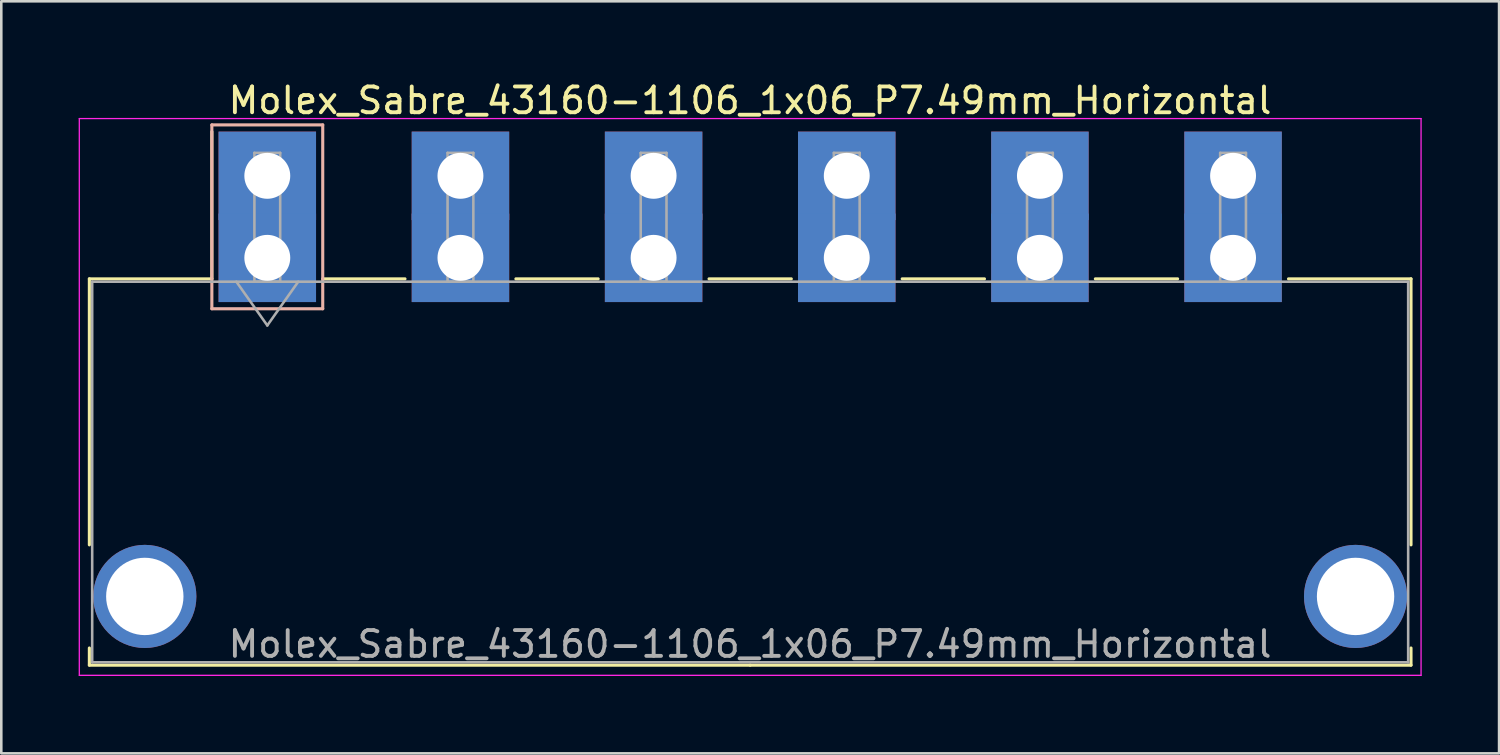
<source format=kicad_pcb>
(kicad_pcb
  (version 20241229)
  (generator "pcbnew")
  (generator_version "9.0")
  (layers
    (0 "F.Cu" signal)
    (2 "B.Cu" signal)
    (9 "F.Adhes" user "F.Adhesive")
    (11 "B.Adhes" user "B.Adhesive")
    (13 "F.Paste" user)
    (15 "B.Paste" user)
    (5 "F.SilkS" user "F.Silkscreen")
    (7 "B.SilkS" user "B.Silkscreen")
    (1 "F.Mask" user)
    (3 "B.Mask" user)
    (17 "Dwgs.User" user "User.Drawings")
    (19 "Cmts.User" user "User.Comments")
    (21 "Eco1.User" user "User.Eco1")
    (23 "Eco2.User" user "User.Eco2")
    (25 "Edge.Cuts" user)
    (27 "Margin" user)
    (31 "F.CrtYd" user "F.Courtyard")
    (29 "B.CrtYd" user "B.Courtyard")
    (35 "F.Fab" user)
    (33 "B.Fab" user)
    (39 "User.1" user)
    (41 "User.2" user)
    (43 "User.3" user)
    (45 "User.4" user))
  (footprint "Molex_Sabre_43160-1106_1x06_P7.49mm_Horizontal"
    (layer "F.Cu")
    (at 7.315 6.948)
    (property "Reference" "Molex_Sabre_43160-1106_1x06_P7.49mm_Horizontal" (at 18.72 -6.1 0) (layer "F.SilkS") (effects (font (size 1 1) (thickness 0.15))))
    (attr through_hole)
    (fp_line (start -6.9 0.815) (end -6.9 11.13) (stroke (width 0.12) (type solid)) (layer "F.SilkS"))
    (fp_line (start -6.9 15.13) (end -6.9 15.795) (stroke (width 0.12) (type solid)) (layer "F.SilkS"))
    (fp_line (start -6.9 15.795) (end 18.725 15.795) (stroke (width 0.12) (type solid)) (layer "F.SilkS"))
    (fp_line (start -2.15 0.815) (end -6.9 0.815) (stroke (width 0.12) (type solid)) (layer "F.SilkS"))
    (fp_line (start -2.15 0.815) (end -2.15 -4.895) (stroke (width 0.12) (type solid)) (layer "F.SilkS"))
    (fp_line (start 2.15 0.815) (end 5.34 0.815) (stroke (width 0.12) (type solid)) (layer "F.SilkS"))
    (fp_line (start 9.64 0.815) (end 12.83 0.815) (stroke (width 0.12) (type solid)) (layer "F.SilkS"))
    (fp_line (start 17.13 0.815) (end 20.32 0.815) (stroke (width 0.12) (type solid)) (layer "F.SilkS"))
    (fp_line (start 24.62 0.815) (end 27.81 0.815) (stroke (width 0.12) (type solid)) (layer "F.SilkS"))
    (fp_line (start 32.11 0.815) (end 35.3 0.815) (stroke (width 0.12) (type solid)) (layer "F.SilkS"))
    (fp_line (start 39.6 0.815) (end 44.35 0.815) (stroke (width 0.12) (type solid)) (layer "F.SilkS"))
    (fp_line (start 44.35 0.815) (end 44.35 11.13) (stroke (width 0.12) (type solid)) (layer "F.SilkS"))
    (fp_line (start 44.35 15.13) (end 44.35 15.795) (stroke (width 0.12) (type solid)) (layer "F.SilkS"))
    (fp_line (start 44.35 15.795) (end 18.725 15.795) (stroke (width 0.12) (type solid)) (layer "F.SilkS"))
    (fp_line (start -2.15 -5.155) (end -2.15 1.975) (stroke (width 0.12) (type solid)) (layer "B.SilkS"))
    (fp_line (start -2.15 1.975) (end 2.15 1.975) (stroke (width 0.12) (type solid)) (layer "B.SilkS"))
    (fp_line (start 2.15 -5.155) (end -2.15 -5.155) (stroke (width 0.12) (type solid)) (layer "B.SilkS"))
    (fp_line (start 2.15 1.975) (end 2.15 -5.155) (stroke (width 0.12) (type solid)) (layer "B.SilkS"))
    (fp_line (start -7.29 -5.4) (end -7.29 16.19) (stroke (width 0.05) (type solid)) (layer "F.CrtYd"))
    (fp_line (start -7.29 16.19) (end 44.74 16.19) (stroke (width 0.05) (type solid)) (layer "F.CrtYd"))
    (fp_line (start 44.74 -5.4) (end -7.29 -5.4) (stroke (width 0.05) (type solid)) (layer "F.CrtYd"))
    (fp_line (start 44.74 16.19) (end 44.74 -5.4) (stroke (width 0.05) (type solid)) (layer "F.CrtYd"))
    (fp_line (start -6.79 0.925) (end -6.79 15.685) (stroke (width 0.1) (type solid)) (layer "F.Fab"))
    (fp_line (start -6.79 15.685) (end 44.24 15.685) (stroke (width 0.1) (type solid)) (layer "F.Fab"))
    (fp_line (start -1.2 0.925) (end 0 2.622) (stroke (width 0.1) (type solid)) (layer "F.Fab"))
    (fp_line (start -0.5 -4.07) (end 0.5 -4.07) (stroke (width 0.1) (type solid)) (layer "F.Fab"))
    (fp_line (start -0.5 0.925) (end -0.5 -4.07) (stroke (width 0.1) (type solid)) (layer "F.Fab"))
    (fp_line (start 0 2.622) (end 1.2 0.925) (stroke (width 0.1) (type solid)) (layer "F.Fab"))
    (fp_line (start 0.5 -4.07) (end 0.5 0.925) (stroke (width 0.1) (type solid)) (layer "F.Fab"))
    (fp_line (start 0.5 0.925) (end -0.5 0.925) (stroke (width 0.1) (type solid)) (layer "F.Fab"))
    (fp_line (start 6.99 -4.07) (end 7.99 -4.07) (stroke (width 0.1) (type solid)) (layer "F.Fab"))
    (fp_line (start 6.99 0.925) (end 6.99 -4.07) (stroke (width 0.1) (type solid)) (layer "F.Fab"))
    (fp_line (start 7.99 -4.07) (end 7.99 0.925) (stroke (width 0.1) (type solid)) (layer "F.Fab"))
    (fp_line (start 7.99 0.925) (end 6.99 0.925) (stroke (width 0.1) (type solid)) (layer "F.Fab"))
    (fp_line (start 14.48 -4.07) (end 15.48 -4.07) (stroke (width 0.1) (type solid)) (layer "F.Fab"))
    (fp_line (start 14.48 0.925) (end 14.48 -4.07) (stroke (width 0.1) (type solid)) (layer "F.Fab"))
    (fp_line (start 15.48 -4.07) (end 15.48 0.925) (stroke (width 0.1) (type solid)) (layer "F.Fab"))
    (fp_line (start 15.48 0.925) (end 14.48 0.925) (stroke (width 0.1) (type solid)) (layer "F.Fab"))
    (fp_line (start 21.97 -4.07) (end 22.97 -4.07) (stroke (width 0.1) (type solid)) (layer "F.Fab"))
    (fp_line (start 21.97 0.925) (end 21.97 -4.07) (stroke (width 0.1) (type solid)) (layer "F.Fab"))
    (fp_line (start 22.97 -4.07) (end 22.97 0.925) (stroke (width 0.1) (type solid)) (layer "F.Fab"))
    (fp_line (start 22.97 0.925) (end 21.97 0.925) (stroke (width 0.1) (type solid)) (layer "F.Fab"))
    (fp_line (start 29.46 -4.07) (end 30.46 -4.07) (stroke (width 0.1) (type solid)) (layer "F.Fab"))
    (fp_line (start 29.46 0.925) (end 29.46 -4.07) (stroke (width 0.1) (type solid)) (layer "F.Fab"))
    (fp_line (start 30.46 -4.07) (end 30.46 0.925) (stroke (width 0.1) (type solid)) (layer "F.Fab"))
    (fp_line (start 30.46 0.925) (end 29.46 0.925) (stroke (width 0.1) (type solid)) (layer "F.Fab"))
    (fp_line (start 36.95 -4.07) (end 37.95 -4.07) (stroke (width 0.1) (type solid)) (layer "F.Fab"))
    (fp_line (start 36.95 0.925) (end 36.95 -4.07) (stroke (width 0.1) (type solid)) (layer "F.Fab"))
    (fp_line (start 37.95 -4.07) (end 37.95 0.925) (stroke (width 0.1) (type solid)) (layer "F.Fab"))
    (fp_line (start 37.95 0.925) (end 36.95 0.925) (stroke (width 0.1) (type solid)) (layer "F.Fab"))
    (fp_line (start 44.24 0.925) (end -6.79 0.925) (stroke (width 0.1) (type solid)) (layer "F.Fab"))
    (fp_line (start 44.24 15.685) (end 44.24 0.925) (stroke (width 0.1) (type solid)) (layer "F.Fab"))
    (fp_text user "${REFERENCE}" (at 18.72 14.98 0) (layer "F.Fab") (effects (font (size 1 1) (thickness 0.15))))
    (pad "" thru_hole circle (at -4.75 13.13) (size 4 4) (drill 3) (layers "*.Cu" "*.Mask"))
    (pad "" thru_hole circle (at 42.2 13.13) (size 4 4) (drill 3) (layers "*.Cu" "*.Mask"))
    (pad "1" thru_hole rect (at 0 -3.18) (size 3.78 3.43) (drill 1.78) (layers "*.Cu" "*.Mask"))
    (pad "1" thru_hole rect (at 0 0) (size 3.78 3.43) (drill 1.78) (layers "*.Cu" "*.Mask"))
    (pad "2" thru_hole rect (at 7.49 -3.18) (size 3.78 3.43) (drill 1.78) (layers "*.Cu" "*.Mask"))
    (pad "2" thru_hole rect (at 7.49 0) (size 3.78 3.43) (drill 1.78) (layers "*.Cu" "*.Mask"))
    (pad "3" thru_hole rect (at 14.98 -3.18) (size 3.78 3.43) (drill 1.78) (layers "*.Cu" "*.Mask"))
    (pad "3" thru_hole rect (at 14.98 0) (size 3.78 3.43) (drill 1.78) (layers "*.Cu" "*.Mask"))
    (pad "4" thru_hole rect (at 22.47 -3.18) (size 3.78 3.43) (drill 1.78) (layers "*.Cu" "*.Mask"))
    (pad "4" thru_hole rect (at 22.47 0) (size 3.78 3.43) (drill 1.78) (layers "*.Cu" "*.Mask"))
    (pad "5" thru_hole rect (at 29.96 -3.18) (size 3.78 3.43) (drill 1.78) (layers "*.Cu" "*.Mask"))
    (pad "5" thru_hole rect (at 29.96 0) (size 3.78 3.43) (drill 1.78) (layers "*.Cu" "*.Mask"))
    (pad "6" thru_hole rect (at 37.45 -3.18) (size 3.78 3.43) (drill 1.78) (layers "*.Cu" "*.Mask"))
    (pad "6" thru_hole rect (at 37.45 0) (size 3.78 3.43) (drill 1.78) (layers "*.Cu" "*.Mask")))
  (gr_rect
    (start -3 -3)
    (end 55.08 26.163)
    (stroke (width 0.1) (type default))
    (fill no)
    (layer "Edge.Cuts")))
</source>
